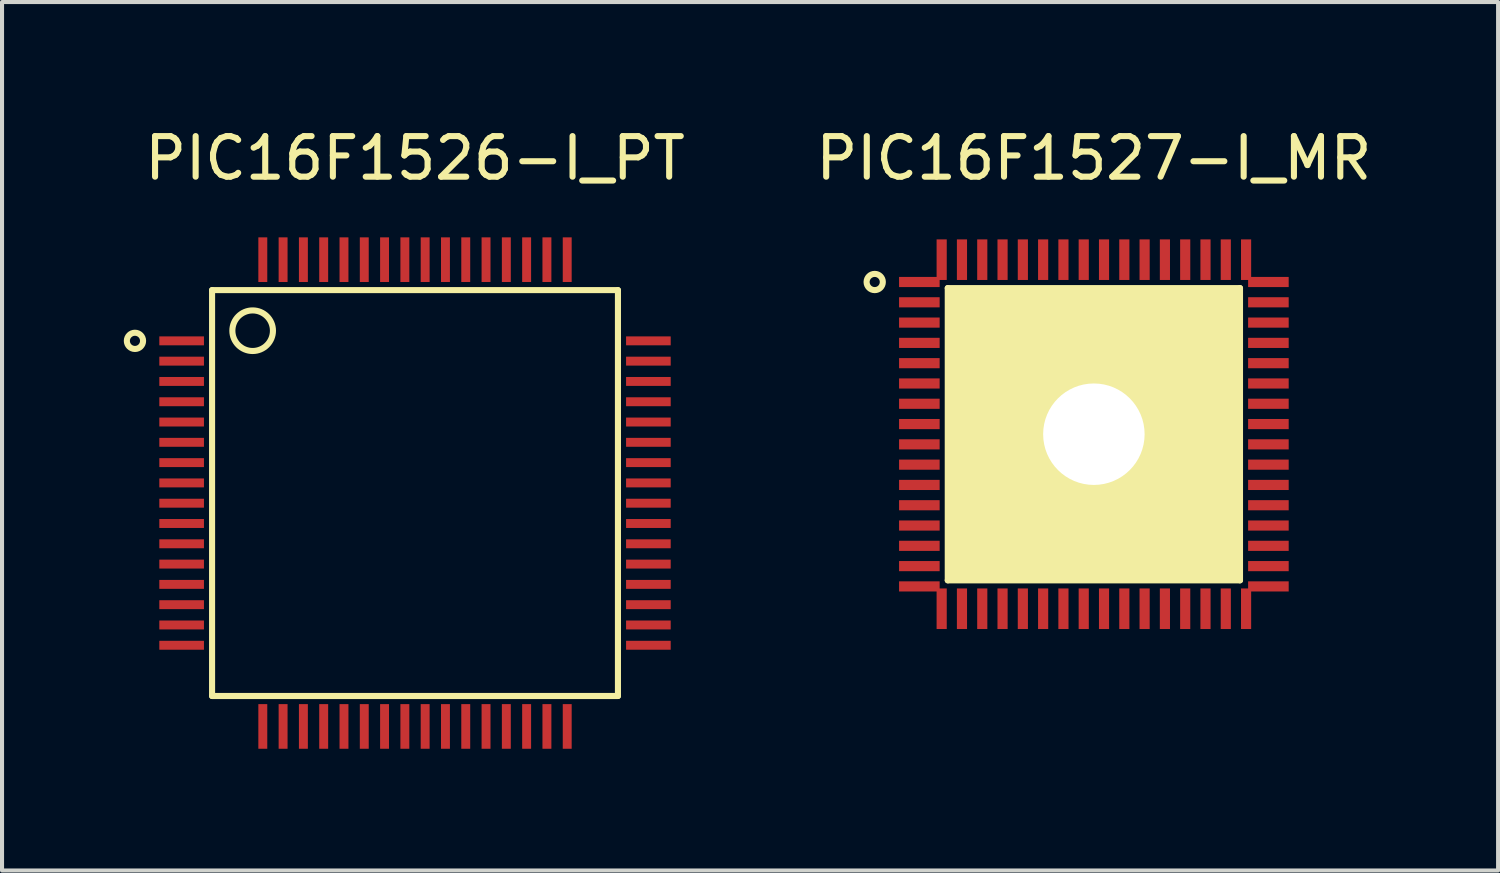
<source format=kicad_pcb>
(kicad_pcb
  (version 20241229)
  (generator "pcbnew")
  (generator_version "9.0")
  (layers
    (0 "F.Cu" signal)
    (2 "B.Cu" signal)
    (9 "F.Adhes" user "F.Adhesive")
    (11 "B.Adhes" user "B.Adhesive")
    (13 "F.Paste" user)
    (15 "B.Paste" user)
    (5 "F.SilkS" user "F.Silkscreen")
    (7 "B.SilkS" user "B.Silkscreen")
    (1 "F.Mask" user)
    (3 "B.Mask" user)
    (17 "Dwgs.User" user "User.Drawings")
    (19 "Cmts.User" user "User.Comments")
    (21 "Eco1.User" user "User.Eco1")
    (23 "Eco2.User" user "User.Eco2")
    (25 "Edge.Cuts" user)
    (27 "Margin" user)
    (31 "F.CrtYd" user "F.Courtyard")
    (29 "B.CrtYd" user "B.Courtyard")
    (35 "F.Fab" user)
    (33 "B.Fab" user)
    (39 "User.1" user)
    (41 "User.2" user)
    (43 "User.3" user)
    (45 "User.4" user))
  (footprint "PIC16F1526-I_PT"
    (layer "F.Cu")
    (at 1.425 3.348)
    (property "Reference" "PIC16F1526-I_PT" (at 5.75 -2.5 0) (layer "F.SilkS") (effects (font (size 1 1) (thickness 0.15))))
    (attr through_hole)
    (fp_line (start 0.75 0.75) (end 0.75 10.75) (stroke (width 0.15) (type solid)) (layer "F.SilkS"))
    (fp_line (start 0.75 0.75) (end 10.75 0.75) (stroke (width 0.15) (type solid)) (layer "F.SilkS"))
    (fp_line (start 0.75 10.75) (end 10.75 10.75) (stroke (width 0.15) (type solid)) (layer "F.SilkS"))
    (fp_line (start 10.75 10.75) (end 10.75 0.75) (stroke (width 0.15) (type solid)) (layer "F.SilkS"))
    (fp_circle (center -1.15 2) (end -1.15 1.8) (stroke (width 0.15) (type solid)) (fill no) (layer "F.SilkS"))
    (fp_circle (center 1.75 1.75) (end 1.75 1.25) (stroke (width 0.15) (type solid)) (fill no) (layer "F.SilkS"))
    (pad "1" smd rect (at 0 2) (size 1.1 0.22) (layers "F.Cu" "F.Mask" "F.Paste"))
    (pad "2" smd rect (at 0 2.5) (size 1.1 0.22) (layers "F.Cu" "F.Mask" "F.Paste"))
    (pad "3" smd rect (at 0 3) (size 1.1 0.22) (layers "F.Cu" "F.Mask" "F.Paste"))
    (pad "4" smd rect (at 0 3.5) (size 1.1 0.22) (layers "F.Cu" "F.Mask" "F.Paste"))
    (pad "5" smd rect (at 0 4) (size 1.1 0.22) (layers "F.Cu" "F.Mask" "F.Paste"))
    (pad "6" smd rect (at 0 4.5) (size 1.1 0.22) (layers "F.Cu" "F.Mask" "F.Paste"))
    (pad "7" smd rect (at 0 5) (size 1.1 0.22) (layers "F.Cu" "F.Mask" "F.Paste"))
    (pad "8" smd rect (at 0 5.5) (size 1.1 0.22) (layers "F.Cu" "F.Mask" "F.Paste"))
    (pad "9" smd rect (at 0 6) (size 1.1 0.22) (layers "F.Cu" "F.Mask" "F.Paste"))
    (pad "10" smd rect (at 0 6.5) (size 1.1 0.22) (layers "F.Cu" "F.Mask" "F.Paste"))
    (pad "11" smd rect (at 0 7) (size 1.1 0.22) (layers "F.Cu" "F.Mask" "F.Paste"))
    (pad "12" smd rect (at 0 7.5) (size 1.1 0.22) (layers "F.Cu" "F.Mask" "F.Paste"))
    (pad "13" smd rect (at 0 8) (size 1.1 0.22) (layers "F.Cu" "F.Mask" "F.Paste"))
    (pad "14" smd rect (at 0 8.5) (size 1.1 0.22) (layers "F.Cu" "F.Mask" "F.Paste"))
    (pad "15" smd rect (at 0 9) (size 1.1 0.22) (layers "F.Cu" "F.Mask" "F.Paste"))
    (pad "16" smd rect (at 0 9.5) (size 1.1 0.22) (layers "F.Cu" "F.Mask" "F.Paste"))
    (pad "17" smd rect (at 2 11.5) (size 0.22 1.1) (layers "F.Cu" "F.Mask" "F.Paste"))
    (pad "18" smd rect (at 2.5 11.5) (size 0.22 1.1) (layers "F.Cu" "F.Mask" "F.Paste"))
    (pad "19" smd rect (at 3 11.5) (size 0.22 1.1) (layers "F.Cu" "F.Mask" "F.Paste"))
    (pad "20" smd rect (at 3.5 11.5) (size 0.22 1.1) (layers "F.Cu" "F.Mask" "F.Paste"))
    (pad "21" smd rect (at 4 11.5) (size 0.22 1.1) (layers "F.Cu" "F.Mask" "F.Paste"))
    (pad "22" smd rect (at 4.5 11.5) (size 0.22 1.1) (layers "F.Cu" "F.Mask" "F.Paste"))
    (pad "23" smd rect (at 5 11.5) (size 0.22 1.1) (layers "F.Cu" "F.Mask" "F.Paste"))
    (pad "24" smd rect (at 5.5 11.5) (size 0.22 1.1) (layers "F.Cu" "F.Mask" "F.Paste"))
    (pad "25" smd rect (at 6 11.5) (size 0.22 1.1) (layers "F.Cu" "F.Mask" "F.Paste"))
    (pad "26" smd rect (at 6.5 11.5) (size 0.22 1.1) (layers "F.Cu" "F.Mask" "F.Paste"))
    (pad "27" smd rect (at 7 11.5) (size 0.22 1.1) (layers "F.Cu" "F.Mask" "F.Paste"))
    (pad "28" smd rect (at 7.5 11.5) (size 0.22 1.1) (layers "F.Cu" "F.Mask" "F.Paste"))
    (pad "29" smd rect (at 8 11.5) (size 0.22 1.1) (layers "F.Cu" "F.Mask" "F.Paste"))
    (pad "30" smd rect (at 8.5 11.5) (size 0.22 1.1) (layers "F.Cu" "F.Mask" "F.Paste"))
    (pad "31" smd rect (at 9 11.5) (size 0.22 1.1) (layers "F.Cu" "F.Mask" "F.Paste"))
    (pad "32" smd rect (at 9.5 11.5) (size 0.22 1.1) (layers "F.Cu" "F.Mask" "F.Paste"))
    (pad "33" smd rect (at 11.5 9.5) (size 1.1 0.22) (layers "F.Cu" "F.Mask" "F.Paste"))
    (pad "34" smd rect (at 11.5 9) (size 1.1 0.22) (layers "F.Cu" "F.Mask" "F.Paste"))
    (pad "35" smd rect (at 11.5 8.5) (size 1.1 0.22) (layers "F.Cu" "F.Mask" "F.Paste"))
    (pad "36" smd rect (at 11.5 8) (size 1.1 0.22) (layers "F.Cu" "F.Mask" "F.Paste"))
    (pad "37" smd rect (at 11.5 7.5) (size 1.1 0.22) (layers "F.Cu" "F.Mask" "F.Paste"))
    (pad "38" smd rect (at 11.5 7) (size 1.1 0.22) (layers "F.Cu" "F.Mask" "F.Paste"))
    (pad "39" smd rect (at 11.5 6.5) (size 1.1 0.22) (layers "F.Cu" "F.Mask" "F.Paste"))
    (pad "40" smd rect (at 11.5 6) (size 1.1 0.22) (layers "F.Cu" "F.Mask" "F.Paste"))
    (pad "41" smd rect (at 11.5 5.5) (size 1.1 0.22) (layers "F.Cu" "F.Mask" "F.Paste"))
    (pad "42" smd rect (at 11.5 5) (size 1.1 0.22) (layers "F.Cu" "F.Mask" "F.Paste"))
    (pad "43" smd rect (at 11.5 4.5) (size 1.1 0.22) (layers "F.Cu" "F.Mask" "F.Paste"))
    (pad "44" smd rect (at 11.5 4) (size 1.1 0.22) (layers "F.Cu" "F.Mask" "F.Paste"))
    (pad "45" smd rect (at 11.5 3.5) (size 1.1 0.22) (layers "F.Cu" "F.Mask" "F.Paste"))
    (pad "46" smd rect (at 11.5 3) (size 1.1 0.22) (layers "F.Cu" "F.Mask" "F.Paste"))
    (pad "47" smd rect (at 11.5 2.5) (size 1.1 0.22) (layers "F.Cu" "F.Mask" "F.Paste"))
    (pad "48" smd rect (at 11.5 2) (size 1.1 0.22) (layers "F.Cu" "F.Mask" "F.Paste"))
    (pad "49" smd rect (at 9.5 0) (size 0.22 1.1) (layers "F.Cu" "F.Mask" "F.Paste"))
    (pad "50" smd rect (at 9 0) (size 0.22 1.1) (layers "F.Cu" "F.Mask" "F.Paste"))
    (pad "51" smd rect (at 8.5 0) (size 0.22 1.1) (layers "F.Cu" "F.Mask" "F.Paste"))
    (pad "52" smd rect (at 8 0) (size 0.22 1.1) (layers "F.Cu" "F.Mask" "F.Paste"))
    (pad "53" smd rect (at 7.5 0) (size 0.22 1.1) (layers "F.Cu" "F.Mask" "F.Paste"))
    (pad "54" smd rect (at 7 0) (size 0.22 1.1) (layers "F.Cu" "F.Mask" "F.Paste"))
    (pad "55" smd rect (at 6.5 0) (size 0.22 1.1) (layers "F.Cu" "F.Mask" "F.Paste"))
    (pad "56" smd rect (at 6 0) (size 0.22 1.1) (layers "F.Cu" "F.Mask" "F.Paste"))
    (pad "57" smd rect (at 5.5 0) (size 0.22 1.1) (layers "F.Cu" "F.Mask" "F.Paste"))
    (pad "58" smd rect (at 5 0) (size 0.22 1.1) (layers "F.Cu" "F.Mask" "F.Paste"))
    (pad "59" smd rect (at 4.5 0) (size 0.22 1.1) (layers "F.Cu" "F.Mask" "F.Paste"))
    (pad "60" smd rect (at 4 0) (size 0.22 1.1) (layers "F.Cu" "F.Mask" "F.Paste"))
    (pad "61" smd rect (at 3.5 0) (size 0.22 1.1) (layers "F.Cu" "F.Mask" "F.Paste"))
    (pad "62" smd rect (at 3 0) (size 0.22 1.1) (layers "F.Cu" "F.Mask" "F.Paste"))
    (pad "63" smd rect (at 2.5 0) (size 0.22 1.1) (layers "F.Cu" "F.Mask" "F.Paste"))
    (pad "64" smd rect (at 2 0) (size 0.22 1.1) (layers "F.Cu" "F.Mask" "F.Paste")))
  (footprint "PIC16F1527-I_MR"
    (layer "F.Cu")
    (at 19.601 3.348)
    (property "Reference" "PIC16F1527-I_MR" (at 4.3 -2.5 0) (layer "F.SilkS") (effects (font (size 1 1) (thickness 0.15))))
    (attr through_hole)
    (fp_line (start 0.7 0.7) (end 0.7 7.9) (stroke (width 0.15) (type solid)) (layer "F.SilkS"))
    (fp_line (start 0.7 0.7) (end 7.9 0.7) (stroke (width 0.15) (type solid)) (layer "F.SilkS"))
    (fp_line (start 0.7 7.9) (end 7.9 7.9) (stroke (width 0.15) (type solid)) (layer "F.SilkS"))
    (fp_line (start 7.9 7.9) (end 7.9 0.7) (stroke (width 0.15) (type solid)) (layer "F.SilkS"))
    (fp_circle (center -1.1 0.55) (end -1.1 0.35) (stroke (width 0.15) (type solid)) (fill no) (layer "F.SilkS"))
    (fp_circle (center 1.7 1.7) (end 1.7 1.2) (stroke (width 0.15) (type solid)) (fill no) (layer "F.SilkS"))
    (pad "1" smd rect (at 0 0.55) (size 1 0.25) (layers "F.Cu" "F.Mask" "F.Paste"))
    (pad "2" smd rect (at 0 1.05) (size 1 0.25) (layers "F.Cu" "F.Mask" "F.Paste"))
    (pad "3" smd rect (at 0 1.55) (size 1 0.25) (layers "F.Cu" "F.Mask" "F.Paste"))
    (pad "4" smd rect (at 0 2.05) (size 1 0.25) (layers "F.Cu" "F.Mask" "F.Paste"))
    (pad "5" smd rect (at 0 2.55) (size 1 0.25) (layers "F.Cu" "F.Mask" "F.Paste"))
    (pad "6" smd rect (at 0 3.05) (size 1 0.25) (layers "F.Cu" "F.Mask" "F.Paste"))
    (pad "7" smd rect (at 0 3.55) (size 1 0.25) (layers "F.Cu" "F.Mask" "F.Paste"))
    (pad "8" smd rect (at 0 4.05) (size 1 0.25) (layers "F.Cu" "F.Mask" "F.Paste"))
    (pad "9" smd rect (at 0 4.55) (size 1 0.25) (layers "F.Cu" "F.Mask" "F.Paste"))
    (pad "10" smd rect (at 0 5.05) (size 1 0.25) (layers "F.Cu" "F.Mask" "F.Paste"))
    (pad "11" smd rect (at 0 5.55) (size 1 0.25) (layers "F.Cu" "F.Mask" "F.Paste"))
    (pad "12" smd rect (at 0 6.05) (size 1 0.25) (layers "F.Cu" "F.Mask" "F.Paste"))
    (pad "13" smd rect (at 0 6.55) (size 1 0.25) (layers "F.Cu" "F.Mask" "F.Paste"))
    (pad "14" smd rect (at 0 7.05) (size 1 0.25) (layers "F.Cu" "F.Mask" "F.Paste"))
    (pad "15" smd rect (at 0 7.55) (size 1 0.25) (layers "F.Cu" "F.Mask" "F.Paste"))
    (pad "16" smd rect (at 0 8.05) (size 1 0.25) (layers "F.Cu" "F.Mask" "F.Paste"))
    (pad "17" smd rect (at 0.55 8.6) (size 0.25 1) (layers "F.Cu" "F.Mask" "F.Paste"))
    (pad "18" smd rect (at 1.05 8.6) (size 0.25 1) (layers "F.Cu" "F.Mask" "F.Paste"))
    (pad "19" smd rect (at 1.55 8.6) (size 0.25 1) (layers "F.Cu" "F.Mask" "F.Paste"))
    (pad "20" smd rect (at 2.05 8.6) (size 0.25 1) (layers "F.Cu" "F.Mask" "F.Paste"))
    (pad "21" smd rect (at 2.55 8.6) (size 0.25 1) (layers "F.Cu" "F.Mask" "F.Paste"))
    (pad "22" smd rect (at 3.05 8.6) (size 0.25 1) (layers "F.Cu" "F.Mask" "F.Paste"))
    (pad "23" smd rect (at 3.55 8.6) (size 0.25 1) (layers "F.Cu" "F.Mask" "F.Paste"))
    (pad "24" smd rect (at 4.05 8.6) (size 0.25 1) (layers "F.Cu" "F.Mask" "F.Paste"))
    (pad "25" smd rect (at 4.55 8.6) (size 0.25 1) (layers "F.Cu" "F.Mask" "F.Paste"))
    (pad "26" smd rect (at 5.05 8.6) (size 0.25 1) (layers "F.Cu" "F.Mask" "F.Paste"))
    (pad "27" smd rect (at 5.55 8.6) (size 0.25 1) (layers "F.Cu" "F.Mask" "F.Paste"))
    (pad "28" smd rect (at 6.05 8.6) (size 0.25 1) (layers "F.Cu" "F.Mask" "F.Paste"))
    (pad "29" smd rect (at 6.55 8.6) (size 0.25 1) (layers "F.Cu" "F.Mask" "F.Paste"))
    (pad "30" smd rect (at 7.05 8.6) (size 0.25 1) (layers "F.Cu" "F.Mask" "F.Paste"))
    (pad "31" smd rect (at 7.55 8.6) (size 0.25 1) (layers "F.Cu" "F.Mask" "F.Paste"))
    (pad "32" smd rect (at 8.05 8.6) (size 0.25 1) (layers "F.Cu" "F.Mask" "F.Paste"))
    (pad "33" smd rect (at 8.6 8.05) (size 1 0.25) (layers "F.Cu" "F.Mask" "F.Paste"))
    (pad "34" smd rect (at 8.6 7.55) (size 1 0.25) (layers "F.Cu" "F.Mask" "F.Paste"))
    (pad "35" smd rect (at 8.6 7.05) (size 1 0.25) (layers "F.Cu" "F.Mask" "F.Paste"))
    (pad "36" smd rect (at 8.6 6.55) (size 1 0.25) (layers "F.Cu" "F.Mask" "F.Paste"))
    (pad "37" smd rect (at 8.6 6.05) (size 1 0.25) (layers "F.Cu" "F.Mask" "F.Paste"))
    (pad "38" smd rect (at 8.6 5.55) (size 1 0.25) (layers "F.Cu" "F.Mask" "F.Paste"))
    (pad "39" smd rect (at 8.6 5.05) (size 1 0.25) (layers "F.Cu" "F.Mask" "F.Paste"))
    (pad "40" smd rect (at 8.6 4.55) (size 1 0.25) (layers "F.Cu" "F.Mask" "F.Paste"))
    (pad "41" smd rect (at 8.6 4.05) (size 1 0.25) (layers "F.Cu" "F.Mask" "F.Paste"))
    (pad "42" smd rect (at 8.6 3.55) (size 1 0.25) (layers "F.Cu" "F.Mask" "F.Paste"))
    (pad "43" smd rect (at 8.6 3.05) (size 1 0.25) (layers "F.Cu" "F.Mask" "F.Paste"))
    (pad "44" smd rect (at 8.6 2.55) (size 1 0.25) (layers "F.Cu" "F.Mask" "F.Paste"))
    (pad "45" smd rect (at 8.6 2.05) (size 1 0.25) (layers "F.Cu" "F.Mask" "F.Paste"))
    (pad "46" smd rect (at 8.6 1.55) (size 1 0.25) (layers "F.Cu" "F.Mask" "F.Paste"))
    (pad "47" smd rect (at 8.6 1.05) (size 1 0.25) (layers "F.Cu" "F.Mask" "F.Paste"))
    (pad "48" smd rect (at 8.6 0.55) (size 1 0.25) (layers "F.Cu" "F.Mask" "F.Paste"))
    (pad "49" smd rect (at 8.05 0) (size 0.25 1) (layers "F.Cu" "F.Mask" "F.Paste"))
    (pad "50" smd rect (at 7.55 0) (size 0.25 1) (layers "F.Cu" "F.Mask" "F.Paste"))
    (pad "51" smd rect (at 7.05 0) (size 0.25 1) (layers "F.Cu" "F.Mask" "F.Paste"))
    (pad "52" smd rect (at 6.55 0) (size 0.25 1) (layers "F.Cu" "F.Mask" "F.Paste"))
    (pad "53" smd rect (at 6.05 0) (size 0.25 1) (layers "F.Cu" "F.Mask" "F.Paste"))
    (pad "54" smd rect (at 5.55 0) (size 0.25 1) (layers "F.Cu" "F.Mask" "F.Paste"))
    (pad "55" smd rect (at 5.05 0) (size 0.25 1) (layers "F.Cu" "F.Mask" "F.Paste"))
    (pad "56" smd rect (at 4.55 0) (size 0.25 1) (layers "F.Cu" "F.Mask" "F.Paste"))
    (pad "57" smd rect (at 4.05 0) (size 0.25 1) (layers "F.Cu" "F.Mask" "F.Paste"))
    (pad "58" smd rect (at 3.55 0) (size 0.25 1) (layers "F.Cu" "F.Mask" "F.Paste"))
    (pad "59" smd rect (at 3.05 0) (size 0.25 1) (layers "F.Cu" "F.Mask" "F.Paste"))
    (pad "60" smd rect (at 2.55 0) (size 0.25 1) (layers "F.Cu" "F.Mask" "F.Paste"))
    (pad "61" smd rect (at 2.05 0) (size 0.25 1) (layers "F.Cu" "F.Mask" "F.Paste"))
    (pad "62" smd rect (at 1.55 0) (size 0.25 1) (layers "F.Cu" "F.Mask" "F.Paste"))
    (pad "63" smd rect (at 1.05 0) (size 0.25 1) (layers "F.Cu" "F.Mask" "F.Paste"))
    (pad "64" smd rect (at 0.55 0) (size 0.25 1) (layers "F.Cu" "F.Mask" "F.Paste"))
    (pad "999" thru_hole rect (at 4.3 4.3) (size 7.15 7.15) (drill 2.5) (layers "*.Cu" "*.Mask" "F.SilkS")))
  (gr_rect
    (start -3 -3)
    (end 33.86 18.398)
    (stroke (width 0.1) (type default))
    (fill no)
    (layer "Edge.Cuts")))
</source>
